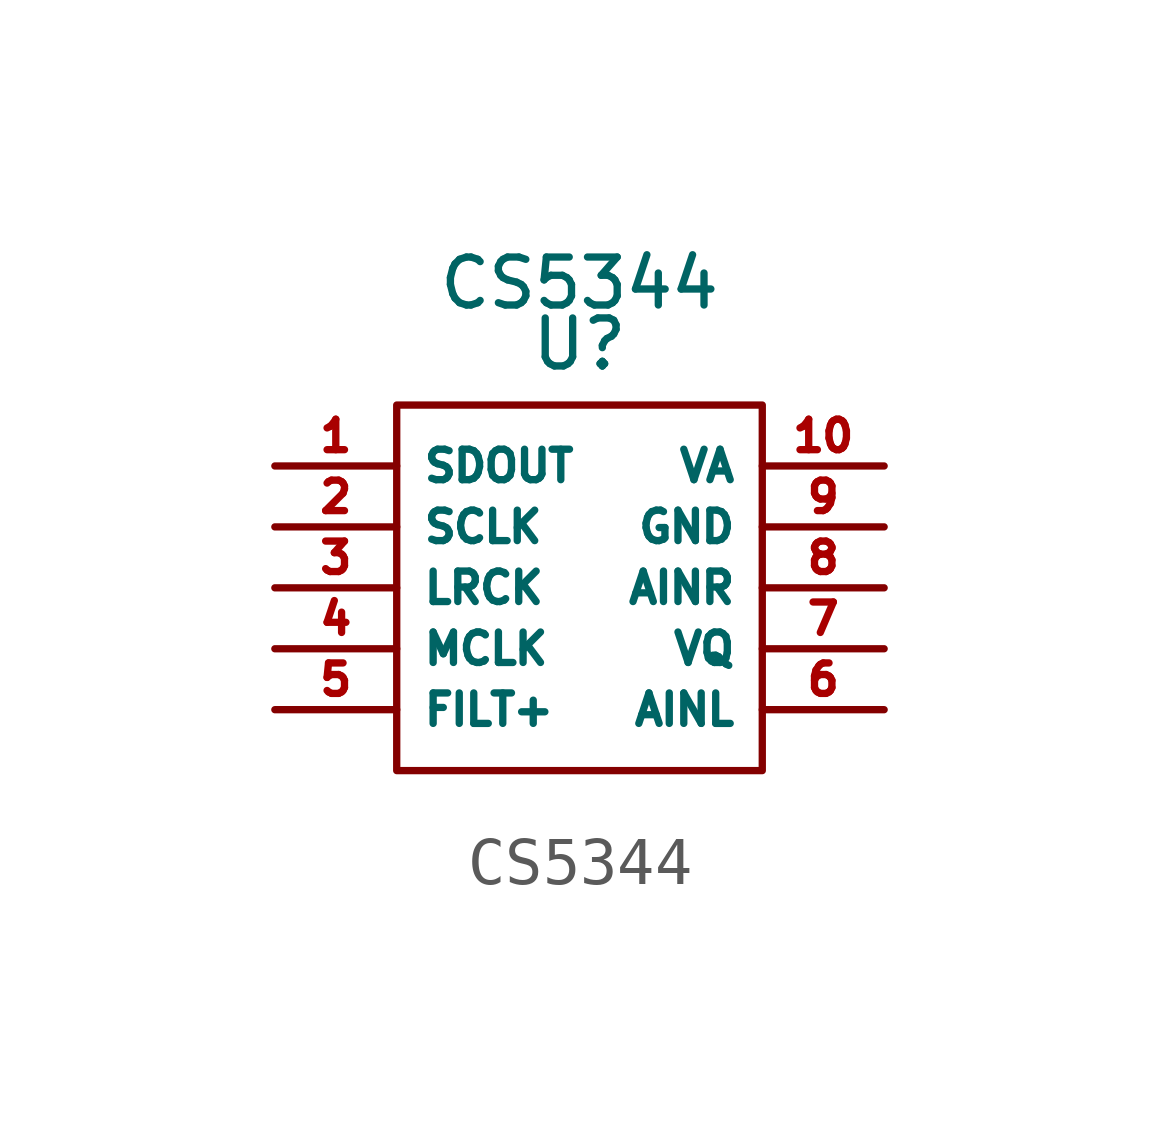
<source format=kicad_sym>
(kicad_symbol_lib
  (version 20220914)
  (generator kicad_symbol_editor)
  (symbol "CS5344"
    (property "Reference" "U"
      (at 0 5.08 0)
      (effects (font (size 1 1))))
    (property "Value" "CS5344"
      (at 0 6.35 0)
      (effects (font (size 1 1))))
    (symbol "CS5344_0_1"
      (rectangle (start -3.81 3.81) (end 3.81 -3.81) (stroke (width 0) (type default)) (fill (type none))))
    (symbol "CS5344_1_1"
      (pin output line (at -6.35 2.54 0) (length 2.54) (name "SDOUT" (effects (font (size 0.635 0.635)))) (number "1" (effects (font (size 0.635 0.635)))) (alternate "MODESEL" input line))
      (pin power_in line (at 6.35 2.54 180) (length 2.54) (name "VA" (effects (font (size 0.635 0.635)))) (number "10" (effects (font (size 0.635 0.635)))))
      (pin bidirectional line (at -6.35 1.27 0) (length 2.54) (name "SCLK" (effects (font (size 0.635 0.635)))) (number "2" (effects (font (size 0.635 0.635)))) (alternate "CLKRATIO_CONF" input line))
      (pin bidirectional line (at -6.35 0 0) (length 2.54) (name "LRCK" (effects (font (size 0.635 0.635)))) (number "3" (effects (font (size 0.635 0.635)))) (alternate "SPEEDMODE" input line))
      (pin input line (at -6.35 -1.27 0) (length 2.54) (name "MCLK" (effects (font (size 0.635 0.635)))) (number "4" (effects (font (size 0.635 0.635)))))
      (pin output line (at -6.35 -2.54 0) (length 2.54) (name "FILT+" (effects (font (size 0.635 0.635)))) (number "5" (effects (font (size 0.635 0.635)))))
      (pin input line (at 6.35 -2.54 180) (length 2.54) (name "AINL" (effects (font (size 0.635 0.635)))) (number "6" (effects (font (size 0.635 0.635)))))
      (pin output line (at 6.35 -1.27 180) (length 2.54) (name "VQ" (effects (font (size 0.635 0.635)))) (number "7" (effects (font (size 0.635 0.635)))))
      (pin input line (at 6.35 0 180) (length 2.54) (name "AINR" (effects (font (size 0.635 0.635)))) (number "8" (effects (font (size 0.635 0.635)))))
      (pin power_in line (at 6.35 1.27 180) (length 2.54) (name "GND" (effects (font (size 0.635 0.635)))) (number "9" (effects (font (size 0.635 0.635))))))))
</source>
